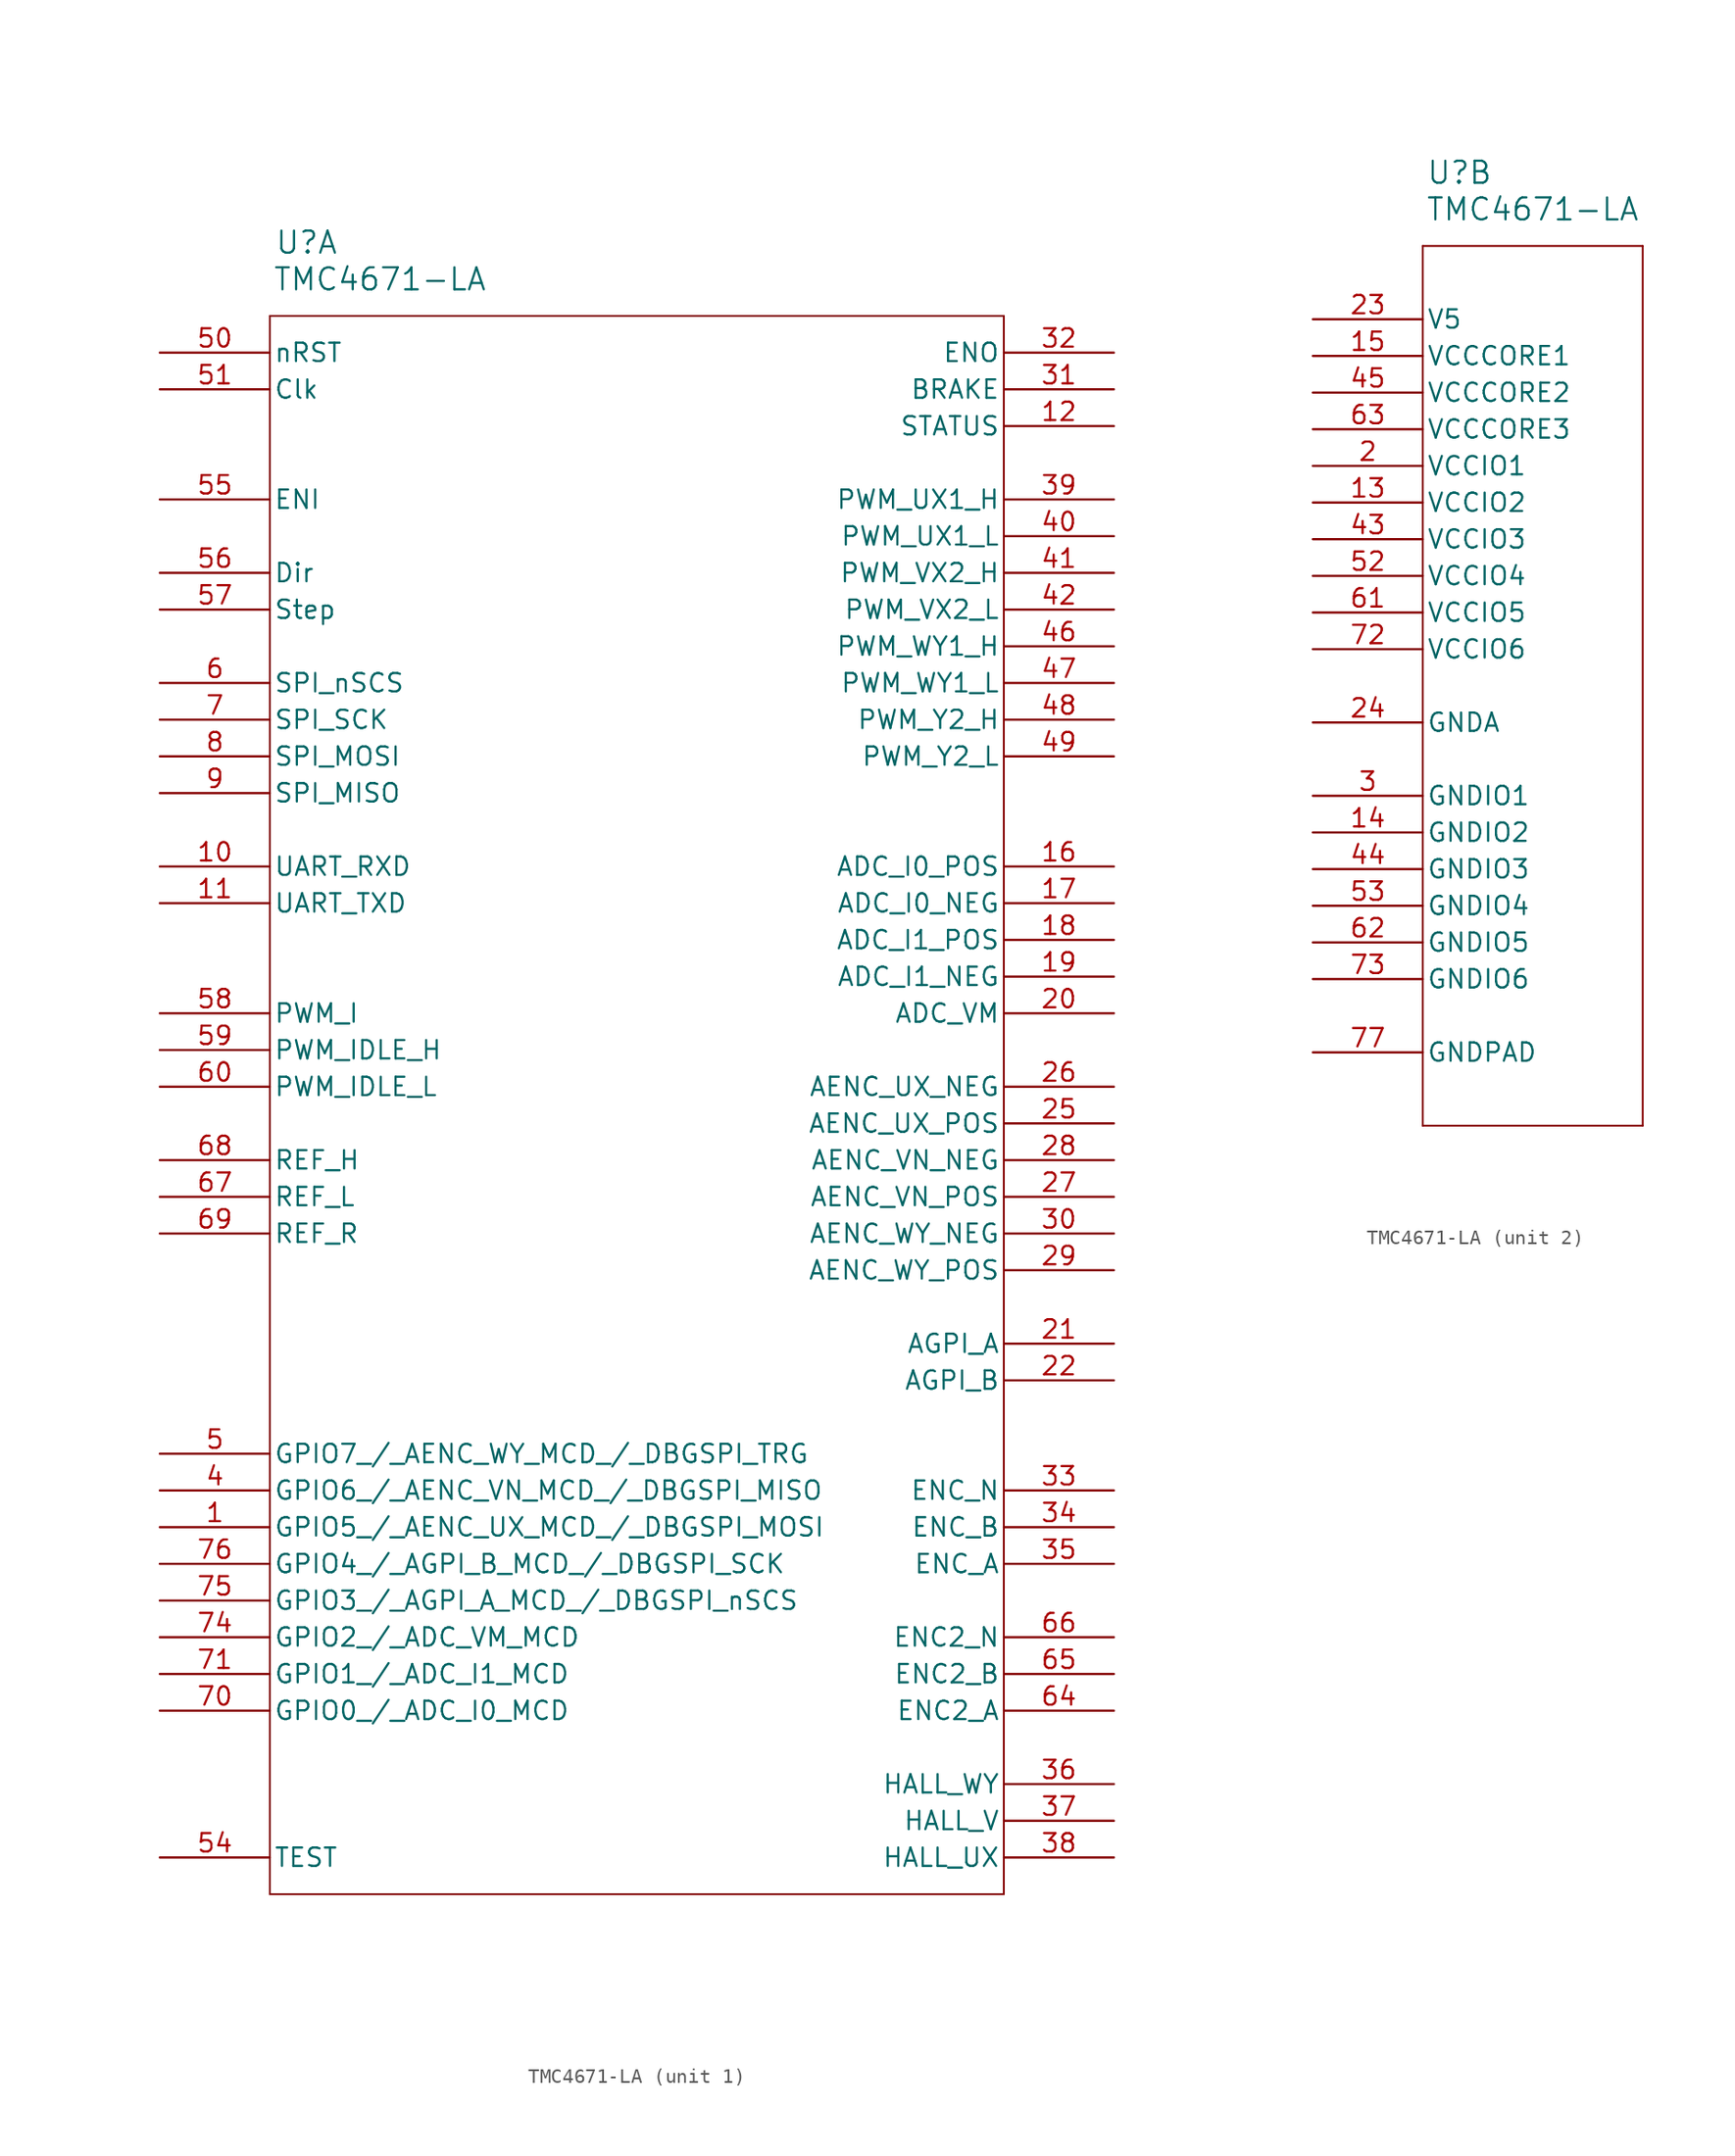
<source format=kicad_sym>
(kicad_symbol_lib
  (version 20241209)
  (generator "kicad_symbol_editor")
  (generator_version "9.0")
  (symbol "TMC4671-LA"
    (pin_names
      (offset 0.254))
    (property "Reference" "U"
      (at 10.16 10.16 0)
      (effects (font (size 1.524 1.524))))
    (property "Value" "TMC4671-LA"
      (at 15.24 7.62 0)
      (effects (font (size 1.524 1.524))))
    (property "ki_locked" ""
      (at 0 0 0)
      (effects (font (size 1.27 1.27))))
    (symbol "TMC4671-LA_1_1"
      (polyline (pts (xy 7.62 5.08) (xy 7.62 -104.14)) (stroke (width 0.127) (type default)) (fill (type none)))
      (polyline (pts (xy 7.62 -104.14) (xy 58.42 -104.14)) (stroke (width 0.127) (type default)) (fill (type none)))
      (polyline (pts (xy 58.42 5.08) (xy 7.62 5.08)) (stroke (width 0.127) (type default)) (fill (type none)))
      (polyline (pts (xy 58.42 -104.14) (xy 58.42 5.08)) (stroke (width 0.127) (type default)) (fill (type none)))
      (pin input line (at 0 2.54 0) (length 7.62) (name "nRST" (effects (font (size 1.27 1.27)))) (number "50" (effects (font (size 1.27 1.27)))))
      (pin input line (at 0 0 0) (length 7.62) (name "Clk" (effects (font (size 1.27 1.27)))) (number "51" (effects (font (size 1.27 1.27)))))
      (pin input line (at 0 -7.62 0) (length 7.62) (name "ENI" (effects (font (size 1.27 1.27)))) (number "55" (effects (font (size 1.27 1.27)))))
      (pin input line (at 0 -12.7 0) (length 7.62) (name "Dir" (effects (font (size 1.27 1.27)))) (number "56" (effects (font (size 1.27 1.27)))))
      (pin input line (at 0 -15.24 0) (length 7.62) (name "Step" (effects (font (size 1.27 1.27)))) (number "57" (effects (font (size 1.27 1.27)))))
      (pin input line (at 0 -20.32 0) (length 7.62) (name "SPI_nSCS" (effects (font (size 1.27 1.27)))) (number "6" (effects (font (size 1.27 1.27)))))
      (pin input line (at 0 -22.86 0) (length 7.62) (name "SPI_SCK" (effects (font (size 1.27 1.27)))) (number "7" (effects (font (size 1.27 1.27)))))
      (pin input line (at 0 -25.4 0) (length 7.62) (name "SPI_MOSI" (effects (font (size 1.27 1.27)))) (number "8" (effects (font (size 1.27 1.27)))))
      (pin bidirectional line (at 0 -27.94 0) (length 7.62) (name "SPI_MISO" (effects (font (size 1.27 1.27)))) (number "9" (effects (font (size 1.27 1.27)))))
      (pin input line (at 0 -33.02 0) (length 7.62) (name "UART_RXD" (effects (font (size 1.27 1.27)))) (number "10" (effects (font (size 1.27 1.27)))))
      (pin output line (at 0 -35.56 0) (length 7.62) (name "UART_TXD" (effects (font (size 1.27 1.27)))) (number "11" (effects (font (size 1.27 1.27)))))
      (pin input line (at 0 -43.18 0) (length 7.62) (name "PWM_I" (effects (font (size 1.27 1.27)))) (number "58" (effects (font (size 1.27 1.27)))))
      (pin input line (at 0 -45.72 0) (length 7.62) (name "PWM_IDLE_H" (effects (font (size 1.27 1.27)))) (number "59" (effects (font (size 1.27 1.27)))))
      (pin input line (at 0 -48.26 0) (length 7.62) (name "PWM_IDLE_L" (effects (font (size 1.27 1.27)))) (number "60" (effects (font (size 1.27 1.27)))))
      (pin input line (at 0 -53.34 0) (length 7.62) (name "REF_H" (effects (font (size 1.27 1.27)))) (number "68" (effects (font (size 1.27 1.27)))))
      (pin input line (at 0 -55.88 0) (length 7.62) (name "REF_L" (effects (font (size 1.27 1.27)))) (number "67" (effects (font (size 1.27 1.27)))))
      (pin input line (at 0 -58.42 0) (length 7.62) (name "REF_R" (effects (font (size 1.27 1.27)))) (number "69" (effects (font (size 1.27 1.27)))))
      (pin bidirectional line (at 0 -73.66 0) (length 7.62) (name "GPIO7_/_AENC_WY_MCD_/_DBGSPI_TRG" (effects (font (size 1.27 1.27)))) (number "5" (effects (font (size 1.27 1.27)))))
      (pin bidirectional line (at 0 -76.2 0) (length 7.62) (name "GPIO6_/_AENC_VN_MCD_/_DBGSPI_MISO" (effects (font (size 1.27 1.27)))) (number "4" (effects (font (size 1.27 1.27)))))
      (pin bidirectional line (at 0 -78.74 0) (length 7.62) (name "GPIO5_/_AENC_UX_MCD_/_DBGSPI_MOSI" (effects (font (size 1.27 1.27)))) (number "1" (effects (font (size 1.27 1.27)))))
      (pin bidirectional line (at 0 -81.28 0) (length 7.62) (name "GPIO4_/_AGPI_B_MCD_/_DBGSPI_SCK" (effects (font (size 1.27 1.27)))) (number "76" (effects (font (size 1.27 1.27)))))
      (pin bidirectional line (at 0 -83.82 0) (length 7.62) (name "GPIO3_/_AGPI_A_MCD_/_DBGSPI_nSCS" (effects (font (size 1.27 1.27)))) (number "75" (effects (font (size 1.27 1.27)))))
      (pin bidirectional line (at 0 -86.36 0) (length 7.62) (name "GPIO2_/_ADC_VM_MCD" (effects (font (size 1.27 1.27)))) (number "74" (effects (font (size 1.27 1.27)))))
      (pin bidirectional line (at 0 -88.9 0) (length 7.62) (name "GPIO1_/_ADC_I1_MCD" (effects (font (size 1.27 1.27)))) (number "71" (effects (font (size 1.27 1.27)))))
      (pin bidirectional line (at 0 -91.44 0) (length 7.62) (name "GPIO0_/_ADC_I0_MCD" (effects (font (size 1.27 1.27)))) (number "70" (effects (font (size 1.27 1.27)))))
      (pin input line (at 0 -101.6 0) (length 7.62) (name "TEST" (effects (font (size 1.27 1.27)))) (number "54" (effects (font (size 1.27 1.27)))))
      (pin output line (at 66.04 2.54 180) (length 7.62) (name "ENO" (effects (font (size 1.27 1.27)))) (number "32" (effects (font (size 1.27 1.27)))))
      (pin output line (at 66.04 0 180) (length 7.62) (name "BRAKE" (effects (font (size 1.27 1.27)))) (number "31" (effects (font (size 1.27 1.27)))))
      (pin output line (at 66.04 -2.54 180) (length 7.62) (name "STATUS" (effects (font (size 1.27 1.27)))) (number "12" (effects (font (size 1.27 1.27)))))
      (pin output line (at 66.04 -7.62 180) (length 7.62) (name "PWM_UX1_H" (effects (font (size 1.27 1.27)))) (number "39" (effects (font (size 1.27 1.27)))))
      (pin output line (at 66.04 -10.16 180) (length 7.62) (name "PWM_UX1_L" (effects (font (size 1.27 1.27)))) (number "40" (effects (font (size 1.27 1.27)))))
      (pin output line (at 66.04 -12.7 180) (length 7.62) (name "PWM_VX2_H" (effects (font (size 1.27 1.27)))) (number "41" (effects (font (size 1.27 1.27)))))
      (pin output line (at 66.04 -15.24 180) (length 7.62) (name "PWM_VX2_L" (effects (font (size 1.27 1.27)))) (number "42" (effects (font (size 1.27 1.27)))))
      (pin output line (at 66.04 -17.78 180) (length 7.62) (name "PWM_WY1_H" (effects (font (size 1.27 1.27)))) (number "46" (effects (font (size 1.27 1.27)))))
      (pin output line (at 66.04 -20.32 180) (length 7.62) (name "PWM_WY1_L" (effects (font (size 1.27 1.27)))) (number "47" (effects (font (size 1.27 1.27)))))
      (pin output line (at 66.04 -22.86 180) (length 7.62) (name "PWM_Y2_H" (effects (font (size 1.27 1.27)))) (number "48" (effects (font (size 1.27 1.27)))))
      (pin output line (at 66.04 -25.4 180) (length 7.62) (name "PWM_Y2_L" (effects (font (size 1.27 1.27)))) (number "49" (effects (font (size 1.27 1.27)))))
      (pin input line (at 66.04 -33.02 180) (length 7.62) (name "ADC_I0_POS" (effects (font (size 1.27 1.27)))) (number "16" (effects (font (size 1.27 1.27)))))
      (pin input line (at 66.04 -35.56 180) (length 7.62) (name "ADC_I0_NEG" (effects (font (size 1.27 1.27)))) (number "17" (effects (font (size 1.27 1.27)))))
      (pin input line (at 66.04 -38.1 180) (length 7.62) (name "ADC_I1_POS" (effects (font (size 1.27 1.27)))) (number "18" (effects (font (size 1.27 1.27)))))
      (pin input line (at 66.04 -40.64 180) (length 7.62) (name "ADC_I1_NEG" (effects (font (size 1.27 1.27)))) (number "19" (effects (font (size 1.27 1.27)))))
      (pin input line (at 66.04 -43.18 180) (length 7.62) (name "ADC_VM" (effects (font (size 1.27 1.27)))) (number "20" (effects (font (size 1.27 1.27)))))
      (pin unspecified line (at 66.04 -48.26 180) (length 7.62) (name "AENC_UX_NEG" (effects (font (size 1.27 1.27)))) (number "26" (effects (font (size 1.27 1.27)))))
      (pin unspecified line (at 66.04 -50.8 180) (length 7.62) (name "AENC_UX_POS" (effects (font (size 1.27 1.27)))) (number "25" (effects (font (size 1.27 1.27)))))
      (pin unspecified line (at 66.04 -53.34 180) (length 7.62) (name "AENC_VN_NEG" (effects (font (size 1.27 1.27)))) (number "28" (effects (font (size 1.27 1.27)))))
      (pin unspecified line (at 66.04 -55.88 180) (length 7.62) (name "AENC_VN_POS" (effects (font (size 1.27 1.27)))) (number "27" (effects (font (size 1.27 1.27)))))
      (pin unspecified line (at 66.04 -58.42 180) (length 7.62) (name "AENC_WY_NEG" (effects (font (size 1.27 1.27)))) (number "30" (effects (font (size 1.27 1.27)))))
      (pin unspecified line (at 66.04 -60.96 180) (length 7.62) (name "AENC_WY_POS" (effects (font (size 1.27 1.27)))) (number "29" (effects (font (size 1.27 1.27)))))
      (pin input line (at 66.04 -66.04 180) (length 7.62) (name "AGPI_A" (effects (font (size 1.27 1.27)))) (number "21" (effects (font (size 1.27 1.27)))))
      (pin input line (at 66.04 -68.58 180) (length 7.62) (name "AGPI_B" (effects (font (size 1.27 1.27)))) (number "22" (effects (font (size 1.27 1.27)))))
      (pin input line (at 66.04 -76.2 180) (length 7.62) (name "ENC_N" (effects (font (size 1.27 1.27)))) (number "33" (effects (font (size 1.27 1.27)))))
      (pin input line (at 66.04 -78.74 180) (length 7.62) (name "ENC_B" (effects (font (size 1.27 1.27)))) (number "34" (effects (font (size 1.27 1.27)))))
      (pin input line (at 66.04 -81.28 180) (length 7.62) (name "ENC_A" (effects (font (size 1.27 1.27)))) (number "35" (effects (font (size 1.27 1.27)))))
      (pin input line (at 66.04 -86.36 180) (length 7.62) (name "ENC2_N" (effects (font (size 1.27 1.27)))) (number "66" (effects (font (size 1.27 1.27)))))
      (pin input line (at 66.04 -88.9 180) (length 7.62) (name "ENC2_B" (effects (font (size 1.27 1.27)))) (number "65" (effects (font (size 1.27 1.27)))))
      (pin input line (at 66.04 -91.44 180) (length 7.62) (name "ENC2_A" (effects (font (size 1.27 1.27)))) (number "64" (effects (font (size 1.27 1.27)))))
      (pin input line (at 66.04 -96.52 180) (length 7.62) (name "HALL_WY" (effects (font (size 1.27 1.27)))) (number "36" (effects (font (size 1.27 1.27)))))
      (pin input line (at 66.04 -99.06 180) (length 7.62) (name "HALL_V" (effects (font (size 1.27 1.27)))) (number "37" (effects (font (size 1.27 1.27)))))
      (pin input line (at 66.04 -101.6 180) (length 7.62) (name "HALL_UX" (effects (font (size 1.27 1.27)))) (number "38" (effects (font (size 1.27 1.27))))))
    (symbol "TMC4671-LA_2_1"
      (polyline (pts (xy 7.62 5.08) (xy 7.62 -55.88)) (stroke (width 0.127) (type default)) (fill (type none)))
      (polyline (pts (xy 7.62 -55.88) (xy 22.86 -55.88)) (stroke (width 0.127) (type default)) (fill (type none)))
      (polyline (pts (xy 22.86 5.08) (xy 7.62 5.08)) (stroke (width 0.127) (type default)) (fill (type none)))
      (polyline (pts (xy 22.86 -55.88) (xy 22.86 5.08)) (stroke (width 0.127) (type default)) (fill (type none)))
      (pin power_in line (at 0 0 0) (length 7.62) (name "V5" (effects (font (size 1.27 1.27)))) (number "23" (effects (font (size 1.27 1.27)))))
      (pin power_in line (at 0 -2.54 0) (length 7.62) (name "VCCCORE1" (effects (font (size 1.27 1.27)))) (number "15" (effects (font (size 1.27 1.27)))))
      (pin power_in line (at 0 -5.08 0) (length 7.62) (name "VCCCORE2" (effects (font (size 1.27 1.27)))) (number "45" (effects (font (size 1.27 1.27)))))
      (pin power_in line (at 0 -7.62 0) (length 7.62) (name "VCCCORE3" (effects (font (size 1.27 1.27)))) (number "63" (effects (font (size 1.27 1.27)))))
      (pin power_in line (at 0 -10.16 0) (length 7.62) (name "VCCIO1" (effects (font (size 1.27 1.27)))) (number "2" (effects (font (size 1.27 1.27)))))
      (pin power_in line (at 0 -12.7 0) (length 7.62) (name "VCCIO2" (effects (font (size 1.27 1.27)))) (number "13" (effects (font (size 1.27 1.27)))))
      (pin power_in line (at 0 -15.24 0) (length 7.62) (name "VCCIO3" (effects (font (size 1.27 1.27)))) (number "43" (effects (font (size 1.27 1.27)))))
      (pin power_in line (at 0 -17.78 0) (length 7.62) (name "VCCIO4" (effects (font (size 1.27 1.27)))) (number "52" (effects (font (size 1.27 1.27)))))
      (pin power_in line (at 0 -20.32 0) (length 7.62) (name "VCCIO5" (effects (font (size 1.27 1.27)))) (number "61" (effects (font (size 1.27 1.27)))))
      (pin power_in line (at 0 -22.86 0) (length 7.62) (name "VCCIO6" (effects (font (size 1.27 1.27)))) (number "72" (effects (font (size 1.27 1.27)))))
      (pin power_in line (at 0 -27.94 0) (length 7.62) (name "GNDA" (effects (font (size 1.27 1.27)))) (number "24" (effects (font (size 1.27 1.27)))))
      (pin power_in line (at 0 -33.02 0) (length 7.62) (name "GNDIO1" (effects (font (size 1.27 1.27)))) (number "3" (effects (font (size 1.27 1.27)))))
      (pin power_in line (at 0 -35.56 0) (length 7.62) (name "GNDIO2" (effects (font (size 1.27 1.27)))) (number "14" (effects (font (size 1.27 1.27)))))
      (pin power_in line (at 0 -38.1 0) (length 7.62) (name "GNDIO3" (effects (font (size 1.27 1.27)))) (number "44" (effects (font (size 1.27 1.27)))))
      (pin power_in line (at 0 -40.64 0) (length 7.62) (name "GNDIO4" (effects (font (size 1.27 1.27)))) (number "53" (effects (font (size 1.27 1.27)))))
      (pin power_in line (at 0 -43.18 0) (length 7.62) (name "GNDIO5" (effects (font (size 1.27 1.27)))) (number "62" (effects (font (size 1.27 1.27)))))
      (pin power_in line (at 0 -45.72 0) (length 7.62) (name "GNDIO6" (effects (font (size 1.27 1.27)))) (number "73" (effects (font (size 1.27 1.27)))))
      (pin power_in line (at 0 -50.8 0) (length 7.62) (name "GNDPAD" (effects (font (size 1.27 1.27)))) (number "77" (effects (font (size 1.27 1.27))))))))
</source>
